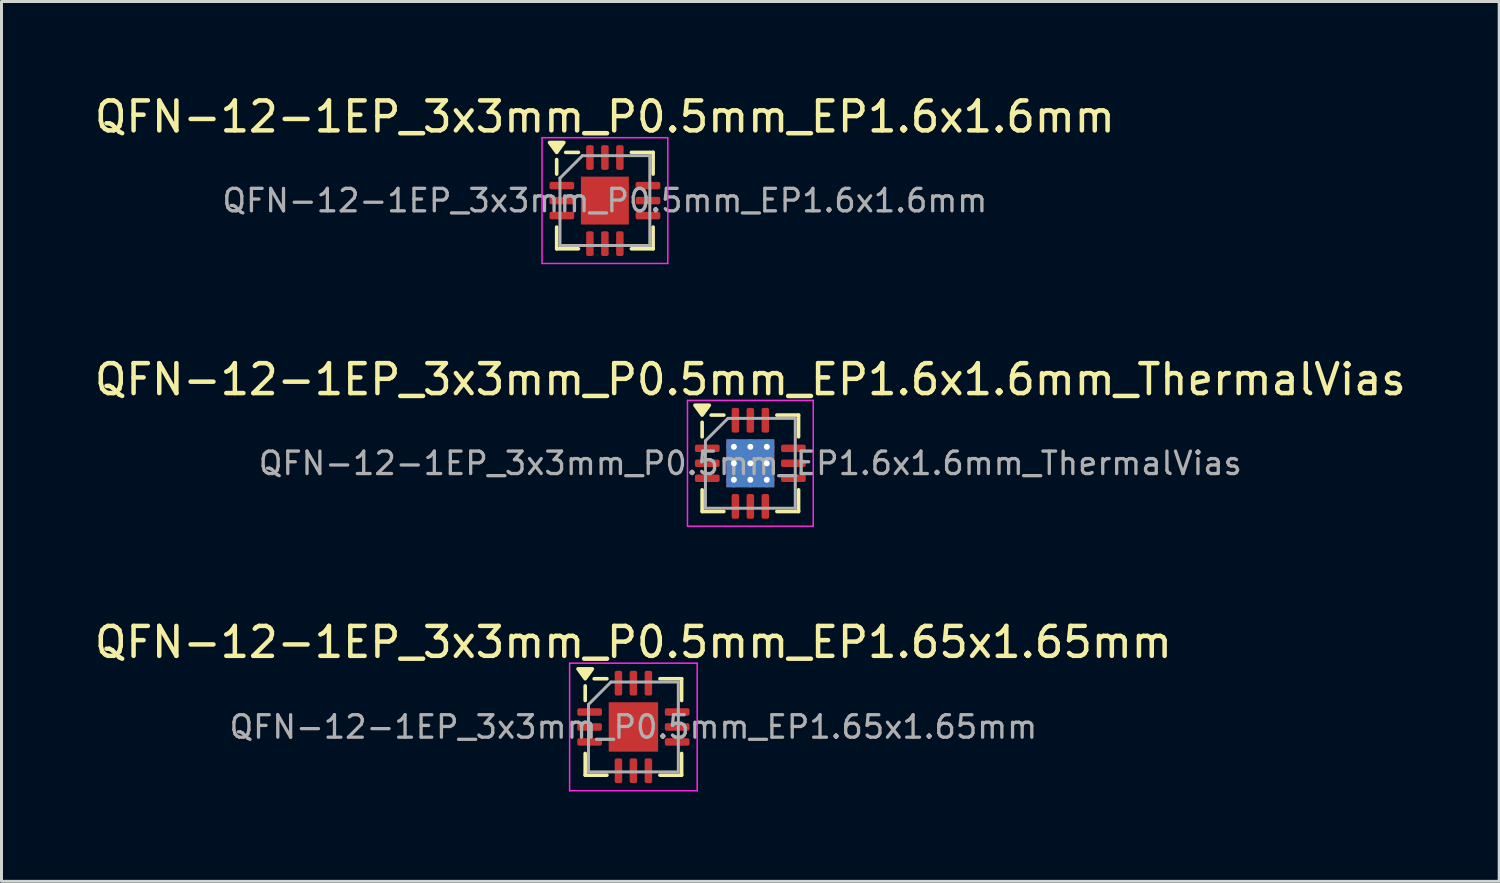
<source format=kicad_pcb>
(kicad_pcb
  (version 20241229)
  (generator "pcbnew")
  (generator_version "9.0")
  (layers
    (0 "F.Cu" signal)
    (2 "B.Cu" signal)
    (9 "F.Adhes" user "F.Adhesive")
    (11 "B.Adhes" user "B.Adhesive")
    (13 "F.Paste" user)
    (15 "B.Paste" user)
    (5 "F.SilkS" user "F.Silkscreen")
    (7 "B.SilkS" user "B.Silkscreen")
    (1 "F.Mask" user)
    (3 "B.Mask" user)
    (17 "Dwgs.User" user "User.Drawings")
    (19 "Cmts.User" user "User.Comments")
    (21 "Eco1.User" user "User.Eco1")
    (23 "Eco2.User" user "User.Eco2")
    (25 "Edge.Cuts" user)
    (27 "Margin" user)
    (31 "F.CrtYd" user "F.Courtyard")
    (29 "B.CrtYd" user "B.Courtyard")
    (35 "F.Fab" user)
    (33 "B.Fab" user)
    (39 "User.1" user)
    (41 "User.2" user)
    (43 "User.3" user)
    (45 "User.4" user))
  (footprint "QFN-12-1EP_3x3mm_P0.5mm_EP1.6x1.6mm_ThermalVias"
    (layer "F.Cu")
    (at 22.006 12.421)
    (property "Reference" "QFN-12-1EP_3x3mm_P0.5mm_EP1.6x1.6mm_ThermalVias" (at 0 -2.8 0) (layer "F.SilkS") (effects (font (size 1 1) (thickness 0.15))))
    (attr smd)
    (fp_line (start -1.61 -0.885) (end -1.61 -1.37) (stroke (width 0.12) (type solid)) (layer "F.SilkS"))
    (fp_line (start -1.61 1.61) (end -1.61 0.885) (stroke (width 0.12) (type solid)) (layer "F.SilkS"))
    (fp_line (start -0.885 -1.61) (end -1.31 -1.61) (stroke (width 0.12) (type solid)) (layer "F.SilkS"))
    (fp_line (start -0.885 1.61) (end -1.61 1.61) (stroke (width 0.12) (type solid)) (layer "F.SilkS"))
    (fp_line (start 0.885 -1.61) (end 1.61 -1.61) (stroke (width 0.12) (type solid)) (layer "F.SilkS"))
    (fp_line (start 0.885 1.61) (end 1.61 1.61) (stroke (width 0.12) (type solid)) (layer "F.SilkS"))
    (fp_line (start 1.61 -1.61) (end 1.61 -0.885) (stroke (width 0.12) (type solid)) (layer "F.SilkS"))
    (fp_line (start 1.61 1.61) (end 1.61 0.885) (stroke (width 0.12) (type solid)) (layer "F.SilkS"))
    (fp_poly (pts (xy -1.61 -1.61) (xy -1.85 -1.94) (xy -1.37 -1.94) (xy -1.61 -1.61)) (stroke (width 0.12) (type solid)) (fill yes) (layer "F.SilkS"))
    (fp_line (start -2.1 -2.1) (end -2.1 2.1) (stroke (width 0.05) (type solid)) (layer "F.CrtYd"))
    (fp_line (start -2.1 2.1) (end 2.1 2.1) (stroke (width 0.05) (type solid)) (layer "F.CrtYd"))
    (fp_line (start 2.1 -2.1) (end -2.1 -2.1) (stroke (width 0.05) (type solid)) (layer "F.CrtYd"))
    (fp_line (start 2.1 2.1) (end 2.1 -2.1) (stroke (width 0.05) (type solid)) (layer "F.CrtYd"))
    (fp_line (start -1.5 -0.75) (end -0.75 -1.5) (stroke (width 0.1) (type solid)) (layer "F.Fab"))
    (fp_line (start -1.5 1.5) (end -1.5 -0.75) (stroke (width 0.1) (type solid)) (layer "F.Fab"))
    (fp_line (start -0.75 -1.5) (end 1.5 -1.5) (stroke (width 0.1) (type solid)) (layer "F.Fab"))
    (fp_line (start 1.5 -1.5) (end 1.5 1.5) (stroke (width 0.1) (type solid)) (layer "F.Fab"))
    (fp_line (start 1.5 1.5) (end -1.5 1.5) (stroke (width 0.1) (type solid)) (layer "F.Fab"))
    (fp_text user "${REFERENCE}" (at 0 0 0) (layer "F.Fab") (effects (font (size 0.75 0.75) (thickness 0.11))))
    (pad "" smd roundrect (at -0.57 -0.57) (size 0.46 0.46) (layers "F.Paste") (roundrect_rratio 0.25))
    (pad "" smd roundrect (at -0.57 0) (size 0.46 0.46) (layers "F.Paste") (roundrect_rratio 0.25))
    (pad "" smd roundrect (at -0.57 0.57) (size 0.46 0.46) (layers "F.Paste") (roundrect_rratio 0.25))
    (pad "" smd roundrect (at 0 -0.57) (size 0.46 0.46) (layers "F.Paste") (roundrect_rratio 0.25))
    (pad "" smd roundrect (at 0 0) (size 0.46 0.46) (layers "F.Paste") (roundrect_rratio 0.25))
    (pad "" smd roundrect (at 0 0.57) (size 0.46 0.46) (layers "F.Paste") (roundrect_rratio 0.25))
    (pad "" smd roundrect (at 0.57 -0.57) (size 0.46 0.46) (layers "F.Paste") (roundrect_rratio 0.25))
    (pad "" smd roundrect (at 0.57 0) (size 0.46 0.46) (layers "F.Paste") (roundrect_rratio 0.25))
    (pad "" smd roundrect (at 0.57 0.57) (size 0.46 0.46) (layers "F.Paste") (roundrect_rratio 0.25))
    (pad "1" smd roundrect (at -1.438 -0.5) (size 0.825 0.25) (layers "F.Cu" "F.Mask" "F.Paste") (roundrect_rratio 0.25))
    (pad "2" smd roundrect (at -1.438 0) (size 0.825 0.25) (layers "F.Cu" "F.Mask" "F.Paste") (roundrect_rratio 0.25))
    (pad "3" smd roundrect (at -1.438 0.5) (size 0.825 0.25) (layers "F.Cu" "F.Mask" "F.Paste") (roundrect_rratio 0.25))
    (pad "4" smd roundrect (at -0.5 1.438) (size 0.25 0.825) (layers "F.Cu" "F.Mask" "F.Paste") (roundrect_rratio 0.25))
    (pad "5" smd roundrect (at 0 1.438) (size 0.25 0.825) (layers "F.Cu" "F.Mask" "F.Paste") (roundrect_rratio 0.25))
    (pad "6" smd roundrect (at 0.5 1.438) (size 0.25 0.825) (layers "F.Cu" "F.Mask" "F.Paste") (roundrect_rratio 0.25))
    (pad "7" smd roundrect (at 1.438 0.5) (size 0.825 0.25) (layers "F.Cu" "F.Mask" "F.Paste") (roundrect_rratio 0.25))
    (pad "8" smd roundrect (at 1.438 0) (size 0.825 0.25) (layers "F.Cu" "F.Mask" "F.Paste") (roundrect_rratio 0.25))
    (pad "9" smd roundrect (at 1.438 -0.5) (size 0.825 0.25) (layers "F.Cu" "F.Mask" "F.Paste") (roundrect_rratio 0.25))
    (pad "10" smd roundrect (at 0.5 -1.438) (size 0.25 0.825) (layers "F.Cu" "F.Mask" "F.Paste") (roundrect_rratio 0.25))
    (pad "11" smd roundrect (at 0 -1.438) (size 0.25 0.825) (layers "F.Cu" "F.Mask" "F.Paste") (roundrect_rratio 0.25))
    (pad "12" smd roundrect (at -0.5 -1.438) (size 0.25 0.825) (layers "F.Cu" "F.Mask" "F.Paste") (roundrect_rratio 0.25))
    (pad "13" thru_hole circle (at -0.55 -0.55) (size 0.5 0.5) (drill 0.2) (property pad_prop_heatsink) (layers "*.Cu"))
    (pad "13" thru_hole circle (at -0.55 0) (size 0.5 0.5) (drill 0.2) (property pad_prop_heatsink) (layers "*.Cu"))
    (pad "13" thru_hole circle (at -0.55 0.55) (size 0.5 0.5) (drill 0.2) (property pad_prop_heatsink) (layers "*.Cu"))
    (pad "13" thru_hole circle (at 0 -0.55) (size 0.5 0.5) (drill 0.2) (property pad_prop_heatsink) (layers "*.Cu"))
    (pad "13" thru_hole circle (at 0 0) (size 0.5 0.5) (drill 0.2) (property pad_prop_heatsink) (layers "*.Cu"))
    (pad "13" smd rect (at 0 0) (size 1.6 1.6) (property pad_prop_heatsink) (layers "F.Cu" "F.Mask"))
    (pad "13" smd rect (at 0 0) (size 1.6 1.6) (property pad_prop_heatsink) (layers "B.Cu"))
    (pad "13" thru_hole circle (at 0 0.55) (size 0.5 0.5) (drill 0.2) (property pad_prop_heatsink) (layers "*.Cu"))
    (pad "13" thru_hole circle (at 0.55 -0.55) (size 0.5 0.5) (drill 0.2) (property pad_prop_heatsink) (layers "*.Cu"))
    (pad "13" thru_hole circle (at 0.55 0) (size 0.5 0.5) (drill 0.2) (property pad_prop_heatsink) (layers "*.Cu"))
    (pad "13" thru_hole circle (at 0.55 0.55) (size 0.5 0.5) (drill 0.2) (property pad_prop_heatsink) (layers "*.Cu")))
  (footprint "QFN-12-1EP_3x3mm_P0.5mm_EP1.65x1.65mm"
    (layer "F.Cu")
    (at 18.101 21.225)
    (property "Reference" "QFN-12-1EP_3x3mm_P0.5mm_EP1.65x1.65mm" (at 0 -2.83 0) (layer "F.SilkS") (effects (font (size 1 1) (thickness 0.15))))
    (attr smd)
    (fp_line (start -1.61 -0.885) (end -1.61 -1.37) (stroke (width 0.12) (type solid)) (layer "F.SilkS"))
    (fp_line (start -1.61 1.61) (end -1.61 0.885) (stroke (width 0.12) (type solid)) (layer "F.SilkS"))
    (fp_line (start -0.885 -1.61) (end -1.31 -1.61) (stroke (width 0.12) (type solid)) (layer "F.SilkS"))
    (fp_line (start -0.885 1.61) (end -1.61 1.61) (stroke (width 0.12) (type solid)) (layer "F.SilkS"))
    (fp_line (start 0.885 -1.61) (end 1.61 -1.61) (stroke (width 0.12) (type solid)) (layer "F.SilkS"))
    (fp_line (start 0.885 1.61) (end 1.61 1.61) (stroke (width 0.12) (type solid)) (layer "F.SilkS"))
    (fp_line (start 1.61 -1.61) (end 1.61 -0.885) (stroke (width 0.12) (type solid)) (layer "F.SilkS"))
    (fp_line (start 1.61 1.61) (end 1.61 0.885) (stroke (width 0.12) (type solid)) (layer "F.SilkS"))
    (fp_poly (pts (xy -1.61 -1.61) (xy -1.85 -1.94) (xy -1.37 -1.94) (xy -1.61 -1.61)) (stroke (width 0.12) (type solid)) (fill yes) (layer "F.SilkS"))
    (fp_line (start -2.13 -2.13) (end -2.13 2.13) (stroke (width 0.05) (type solid)) (layer "F.CrtYd"))
    (fp_line (start -2.13 2.13) (end 2.13 2.13) (stroke (width 0.05) (type solid)) (layer "F.CrtYd"))
    (fp_line (start 2.13 -2.13) (end -2.13 -2.13) (stroke (width 0.05) (type solid)) (layer "F.CrtYd"))
    (fp_line (start 2.13 2.13) (end 2.13 -2.13) (stroke (width 0.05) (type solid)) (layer "F.CrtYd"))
    (fp_line (start -1.5 -0.75) (end -0.75 -1.5) (stroke (width 0.1) (type solid)) (layer "F.Fab"))
    (fp_line (start -1.5 1.5) (end -1.5 -0.75) (stroke (width 0.1) (type solid)) (layer "F.Fab"))
    (fp_line (start -0.75 -1.5) (end 1.5 -1.5) (stroke (width 0.1) (type solid)) (layer "F.Fab"))
    (fp_line (start 1.5 -1.5) (end 1.5 1.5) (stroke (width 0.1) (type solid)) (layer "F.Fab"))
    (fp_line (start 1.5 1.5) (end -1.5 1.5) (stroke (width 0.1) (type solid)) (layer "F.Fab"))
    (fp_text user "${REFERENCE}" (at 0 0 0) (layer "F.Fab") (effects (font (size 0.75 0.75) (thickness 0.11))))
    (pad "" smd roundrect (at -0.41 -0.41) (size 0.67 0.67) (layers "F.Paste") (roundrect_rratio 0.25))
    (pad "" smd roundrect (at -0.41 0.41) (size 0.67 0.67) (layers "F.Paste") (roundrect_rratio 0.25))
    (pad "" smd roundrect (at 0.41 -0.41) (size 0.67 0.67) (layers "F.Paste") (roundrect_rratio 0.25))
    (pad "" smd roundrect (at 0.41 0.41) (size 0.67 0.67) (layers "F.Paste") (roundrect_rratio 0.25))
    (pad "1" smd roundrect (at -1.462 -0.5) (size 0.825 0.25) (layers "F.Cu" "F.Mask" "F.Paste") (roundrect_rratio 0.25))
    (pad "2" smd roundrect (at -1.462 0) (size 0.825 0.25) (layers "F.Cu" "F.Mask" "F.Paste") (roundrect_rratio 0.25))
    (pad "3" smd roundrect (at -1.462 0.5) (size 0.825 0.25) (layers "F.Cu" "F.Mask" "F.Paste") (roundrect_rratio 0.25))
    (pad "4" smd roundrect (at -0.5 1.462) (size 0.25 0.825) (layers "F.Cu" "F.Mask" "F.Paste") (roundrect_rratio 0.25))
    (pad "5" smd roundrect (at 0 1.462) (size 0.25 0.825) (layers "F.Cu" "F.Mask" "F.Paste") (roundrect_rratio 0.25))
    (pad "6" smd roundrect (at 0.5 1.462) (size 0.25 0.825) (layers "F.Cu" "F.Mask" "F.Paste") (roundrect_rratio 0.25))
    (pad "7" smd roundrect (at 1.462 0.5) (size 0.825 0.25) (layers "F.Cu" "F.Mask" "F.Paste") (roundrect_rratio 0.25))
    (pad "8" smd roundrect (at 1.462 0) (size 0.825 0.25) (layers "F.Cu" "F.Mask" "F.Paste") (roundrect_rratio 0.25))
    (pad "9" smd roundrect (at 1.462 -0.5) (size 0.825 0.25) (layers "F.Cu" "F.Mask" "F.Paste") (roundrect_rratio 0.25))
    (pad "10" smd roundrect (at 0.5 -1.462) (size 0.25 0.825) (layers "F.Cu" "F.Mask" "F.Paste") (roundrect_rratio 0.25))
    (pad "11" smd roundrect (at 0 -1.462) (size 0.25 0.825) (layers "F.Cu" "F.Mask" "F.Paste") (roundrect_rratio 0.25))
    (pad "12" smd roundrect (at -0.5 -1.462) (size 0.25 0.825) (layers "F.Cu" "F.Mask" "F.Paste") (roundrect_rratio 0.25))
    (pad "13" smd rect (at 0 0) (size 1.65 1.65) (property pad_prop_heatsink) (layers "F.Cu" "F.Mask")))
  (footprint "QFN-12-1EP_3x3mm_P0.5mm_EP1.6x1.6mm"
    (layer "F.Cu")
    (at 17.149 3.648)
    (property "Reference" "QFN-12-1EP_3x3mm_P0.5mm_EP1.6x1.6mm" (at 0 -2.8 0) (layer "F.SilkS") (effects (font (size 1 1) (thickness 0.15))))
    (attr smd)
    (fp_line (start -1.61 -0.885) (end -1.61 -1.37) (stroke (width 0.12) (type solid)) (layer "F.SilkS"))
    (fp_line (start -1.61 1.61) (end -1.61 0.885) (stroke (width 0.12) (type solid)) (layer "F.SilkS"))
    (fp_line (start -0.885 -1.61) (end -1.31 -1.61) (stroke (width 0.12) (type solid)) (layer "F.SilkS"))
    (fp_line (start -0.885 1.61) (end -1.61 1.61) (stroke (width 0.12) (type solid)) (layer "F.SilkS"))
    (fp_line (start 0.885 -1.61) (end 1.61 -1.61) (stroke (width 0.12) (type solid)) (layer "F.SilkS"))
    (fp_line (start 0.885 1.61) (end 1.61 1.61) (stroke (width 0.12) (type solid)) (layer "F.SilkS"))
    (fp_line (start 1.61 -1.61) (end 1.61 -0.885) (stroke (width 0.12) (type solid)) (layer "F.SilkS"))
    (fp_line (start 1.61 1.61) (end 1.61 0.885) (stroke (width 0.12) (type solid)) (layer "F.SilkS"))
    (fp_poly (pts (xy -1.61 -1.61) (xy -1.85 -1.94) (xy -1.37 -1.94) (xy -1.61 -1.61)) (stroke (width 0.12) (type solid)) (fill yes) (layer "F.SilkS"))
    (fp_line (start -2.1 -2.1) (end -2.1 2.1) (stroke (width 0.05) (type solid)) (layer "F.CrtYd"))
    (fp_line (start -2.1 2.1) (end 2.1 2.1) (stroke (width 0.05) (type solid)) (layer "F.CrtYd"))
    (fp_line (start 2.1 -2.1) (end -2.1 -2.1) (stroke (width 0.05) (type solid)) (layer "F.CrtYd"))
    (fp_line (start 2.1 2.1) (end 2.1 -2.1) (stroke (width 0.05) (type solid)) (layer "F.CrtYd"))
    (fp_line (start -1.5 -0.75) (end -0.75 -1.5) (stroke (width 0.1) (type solid)) (layer "F.Fab"))
    (fp_line (start -1.5 1.5) (end -1.5 -0.75) (stroke (width 0.1) (type solid)) (layer "F.Fab"))
    (fp_line (start -0.75 -1.5) (end 1.5 -1.5) (stroke (width 0.1) (type solid)) (layer "F.Fab"))
    (fp_line (start 1.5 -1.5) (end 1.5 1.5) (stroke (width 0.1) (type solid)) (layer "F.Fab"))
    (fp_line (start 1.5 1.5) (end -1.5 1.5) (stroke (width 0.1) (type solid)) (layer "F.Fab"))
    (fp_text user "${REFERENCE}" (at 0 0 0) (layer "F.Fab") (effects (font (size 0.75 0.75) (thickness 0.11))))
    (pad "" smd roundrect (at -0.4 -0.4) (size 0.64 0.64) (layers "F.Paste") (roundrect_rratio 0.25))
    (pad "" smd roundrect (at -0.4 0.4) (size 0.64 0.64) (layers "F.Paste") (roundrect_rratio 0.25))
    (pad "" smd roundrect (at 0.4 -0.4) (size 0.64 0.64) (layers "F.Paste") (roundrect_rratio 0.25))
    (pad "" smd roundrect (at 0.4 0.4) (size 0.64 0.64) (layers "F.Paste") (roundrect_rratio 0.25))
    (pad "1" smd roundrect (at -1.438 -0.5) (size 0.825 0.25) (layers "F.Cu" "F.Mask" "F.Paste") (roundrect_rratio 0.25))
    (pad "2" smd roundrect (at -1.438 0) (size 0.825 0.25) (layers "F.Cu" "F.Mask" "F.Paste") (roundrect_rratio 0.25))
    (pad "3" smd roundrect (at -1.438 0.5) (size 0.825 0.25) (layers "F.Cu" "F.Mask" "F.Paste") (roundrect_rratio 0.25))
    (pad "4" smd roundrect (at -0.5 1.438) (size 0.25 0.825) (layers "F.Cu" "F.Mask" "F.Paste") (roundrect_rratio 0.25))
    (pad "5" smd roundrect (at 0 1.438) (size 0.25 0.825) (layers "F.Cu" "F.Mask" "F.Paste") (roundrect_rratio 0.25))
    (pad "6" smd roundrect (at 0.5 1.438) (size 0.25 0.825) (layers "F.Cu" "F.Mask" "F.Paste") (roundrect_rratio 0.25))
    (pad "7" smd roundrect (at 1.438 0.5) (size 0.825 0.25) (layers "F.Cu" "F.Mask" "F.Paste") (roundrect_rratio 0.25))
    (pad "8" smd roundrect (at 1.438 0) (size 0.825 0.25) (layers "F.Cu" "F.Mask" "F.Paste") (roundrect_rratio 0.25))
    (pad "9" smd roundrect (at 1.438 -0.5) (size 0.825 0.25) (layers "F.Cu" "F.Mask" "F.Paste") (roundrect_rratio 0.25))
    (pad "10" smd roundrect (at 0.5 -1.438) (size 0.25 0.825) (layers "F.Cu" "F.Mask" "F.Paste") (roundrect_rratio 0.25))
    (pad "11" smd roundrect (at 0 -1.438) (size 0.25 0.825) (layers "F.Cu" "F.Mask" "F.Paste") (roundrect_rratio 0.25))
    (pad "12" smd roundrect (at -0.5 -1.438) (size 0.25 0.825) (layers "F.Cu" "F.Mask" "F.Paste") (roundrect_rratio 0.25))
    (pad "13" smd rect (at 0 0) (size 1.6 1.6) (property pad_prop_heatsink) (layers "F.Cu" "F.Mask")))
  (gr_rect
    (start -3 -3)
    (end 47.012 26.38)
    (stroke (width 0.1) (type default))
    (fill no)
    (layer "Edge.Cuts")))
</source>
